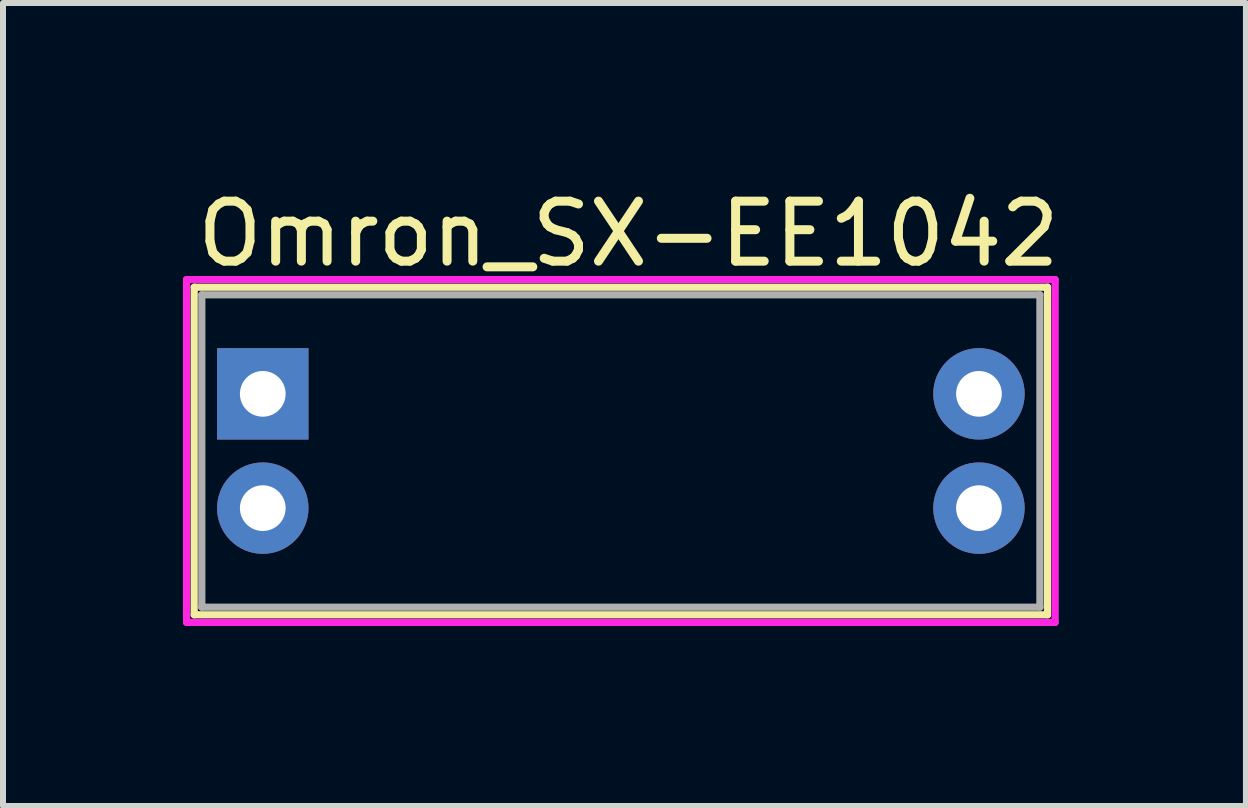
<source format=kicad_pcb>
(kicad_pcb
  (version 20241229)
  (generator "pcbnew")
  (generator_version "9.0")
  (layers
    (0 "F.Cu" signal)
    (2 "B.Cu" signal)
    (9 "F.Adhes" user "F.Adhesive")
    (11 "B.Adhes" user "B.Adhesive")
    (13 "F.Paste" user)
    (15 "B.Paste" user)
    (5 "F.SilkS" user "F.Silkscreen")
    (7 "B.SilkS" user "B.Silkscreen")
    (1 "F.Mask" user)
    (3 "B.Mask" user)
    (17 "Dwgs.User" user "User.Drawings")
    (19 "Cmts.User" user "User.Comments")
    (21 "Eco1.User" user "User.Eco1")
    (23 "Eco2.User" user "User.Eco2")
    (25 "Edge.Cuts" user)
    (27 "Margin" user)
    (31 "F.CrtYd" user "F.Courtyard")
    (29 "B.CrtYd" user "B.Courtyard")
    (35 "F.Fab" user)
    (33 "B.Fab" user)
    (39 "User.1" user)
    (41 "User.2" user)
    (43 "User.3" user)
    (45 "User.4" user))
  (footprint "Omron_SX-EE1042"
    (layer "F.Cu")
    (at 7.426 4.531)
    (property "Reference" "Omron_SX-EE1042" (at 0 -3.683 0) (layer "F.SilkS") (effects (font (size 1 1) (thickness 0.15))))
    (attr through_hole)
    (fp_line (start -7.239 -2.794) (end 6.985 -2.794) (stroke (width 0.12) (type solid)) (layer "F.SilkS"))
    (fp_line (start -7.239 2.667) (end -7.239 -2.794) (stroke (width 0.12) (type solid)) (layer "F.SilkS"))
    (fp_line (start 6.985 -2.794) (end 6.985 2.667) (stroke (width 0.12) (type solid)) (layer "F.SilkS"))
    (fp_line (start 6.985 2.667) (end -7.239 2.667) (stroke (width 0.12) (type solid)) (layer "F.SilkS"))
    (fp_line (start -7.366 -2.921) (end -7.366 2.794) (stroke (width 0.12) (type solid)) (layer "F.CrtYd"))
    (fp_line (start -7.366 2.794) (end 7.112 2.794) (stroke (width 0.12) (type solid)) (layer "F.CrtYd"))
    (fp_line (start 7.112 -2.921) (end -7.366 -2.921) (stroke (width 0.12) (type solid)) (layer "F.CrtYd"))
    (fp_line (start 7.112 2.794) (end 7.112 -2.921) (stroke (width 0.12) (type solid)) (layer "F.CrtYd"))
    (fp_line (start -7.112 -2.667) (end 6.858 -2.667) (stroke (width 0.12) (type solid)) (layer "F.Fab"))
    (fp_line (start -7.112 2.54) (end -7.112 -2.667) (stroke (width 0.12) (type solid)) (layer "F.Fab"))
    (fp_line (start 6.858 2.54) (end -7.112 2.54) (stroke (width 0.12) (type solid)) (layer "F.Fab"))
    (fp_line (start 6.858 2.54) (end 6.858 -2.667) (stroke (width 0.12) (type solid)) (layer "F.Fab"))
    (pad "A" thru_hole rect (at -6.096 -1.016) (size 1.524 1.524) (drill 0.762) (layers "*.Cu" "*.Mask"))
    (pad "C" thru_hole circle (at 5.842 0.889) (size 1.524 1.524) (drill 0.762) (layers "*.Cu" "*.Mask"))
    (pad "E" thru_hole circle (at 5.842 -1.016) (size 1.524 1.524) (drill 0.762) (layers "*.Cu" "*.Mask"))
    (pad "K" thru_hole circle (at -6.096 0.889) (size 1.524 1.524) (drill 0.762) (layers "*.Cu" "*.Mask")))
  (gr_rect
    (start -3 -3)
    (end 17.718 10.385)
    (stroke (width 0.1) (type default))
    (fill no)
    (layer "Edge.Cuts")))
</source>
